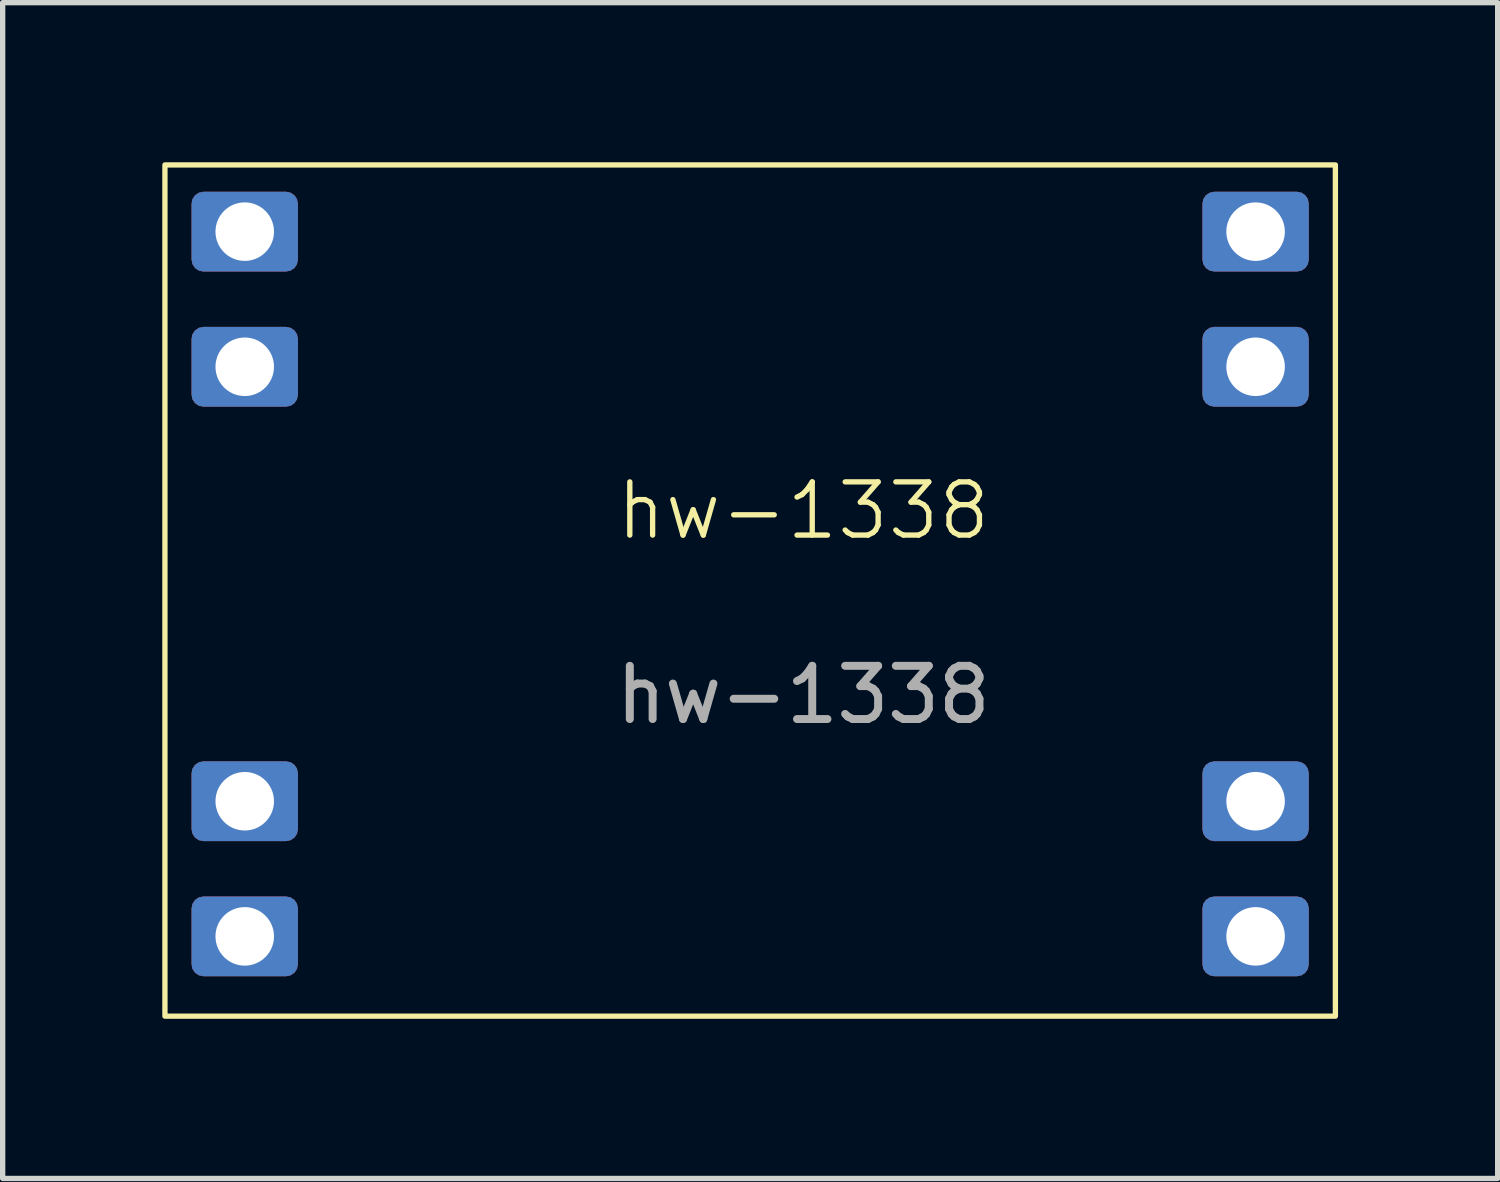
<source format=kicad_pcb>
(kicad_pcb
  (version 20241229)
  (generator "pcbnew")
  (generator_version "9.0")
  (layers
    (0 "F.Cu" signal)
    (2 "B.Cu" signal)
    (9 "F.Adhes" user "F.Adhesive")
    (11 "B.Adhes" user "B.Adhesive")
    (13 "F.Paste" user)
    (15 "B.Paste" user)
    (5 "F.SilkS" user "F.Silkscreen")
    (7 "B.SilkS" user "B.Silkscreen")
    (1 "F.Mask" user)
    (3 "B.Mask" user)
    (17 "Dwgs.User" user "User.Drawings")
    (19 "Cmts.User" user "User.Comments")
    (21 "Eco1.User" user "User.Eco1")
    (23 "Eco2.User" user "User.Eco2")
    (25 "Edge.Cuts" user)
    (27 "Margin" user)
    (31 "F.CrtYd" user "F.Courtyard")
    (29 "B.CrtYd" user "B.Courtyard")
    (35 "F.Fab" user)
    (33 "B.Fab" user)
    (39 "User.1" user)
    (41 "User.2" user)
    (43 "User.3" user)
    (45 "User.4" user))
  (footprint "hw-1338"
    (layer "F.Cu")
    (at 12.05 7.05)
    (property "Reference" "hw-1338" (at 0 -0.5 0) (unlocked yes) (layer "F.SilkS") (effects (font (size 1 1) (thickness 0.1))))
    (attr smd)
    (fp_rect (start -12 -7) (end 10 9) (stroke (width 0.1) (type solid)) (fill no) (layer "F.SilkS"))
    (fp_text user "${REFERENCE}" (at 0 2.96 0) (unlocked yes) (layer "F.Fab") (effects (font (size 1 1) (thickness 0.15))))
    (pad "1" thru_hole roundrect (at -10.5 -5.746) (size 2 1.5) (drill 1.1) (layers "*.Cu" "*.Mask") (roundrect_rratio 0.15))
    (pad "1" thru_hole roundrect (at -10.5 -3.206) (size 2 1.5) (drill 1.1) (layers "*.Cu" "*.Mask") (roundrect_rratio 0.15))
    (pad "1" thru_hole roundrect (at -10.5 4.96) (size 2 1.5) (drill 1.1) (layers "*.Cu" "*.Mask") (roundrect_rratio 0.15))
    (pad "1" thru_hole roundrect (at -10.5 7.5) (size 2 1.5) (drill 1.1) (layers "*.Cu" "*.Mask") (roundrect_rratio 0.15))
    (pad "1" thru_hole roundrect (at 8.5 -5.746) (size 2 1.5) (drill 1.1) (layers "*.Cu" "*.Mask") (roundrect_rratio 0.15))
    (pad "1" thru_hole roundrect (at 8.5 -3.206) (size 2 1.5) (drill 1.1) (layers "*.Cu" "*.Mask") (roundrect_rratio 0.15))
    (pad "1" thru_hole roundrect (at 8.5 4.96) (size 2 1.5) (drill 1.1) (layers "*.Cu" "*.Mask") (roundrect_rratio 0.15))
    (pad "1" thru_hole roundrect (at 8.5 7.5) (size 2 1.5) (drill 1.1) (layers "*.Cu" "*.Mask") (roundrect_rratio 0.15)))
  (gr_rect
    (start -3 -3)
    (end 25.1 19.1)
    (stroke (width 0.1) (type default))
    (fill no)
    (layer "Edge.Cuts")))
</source>
